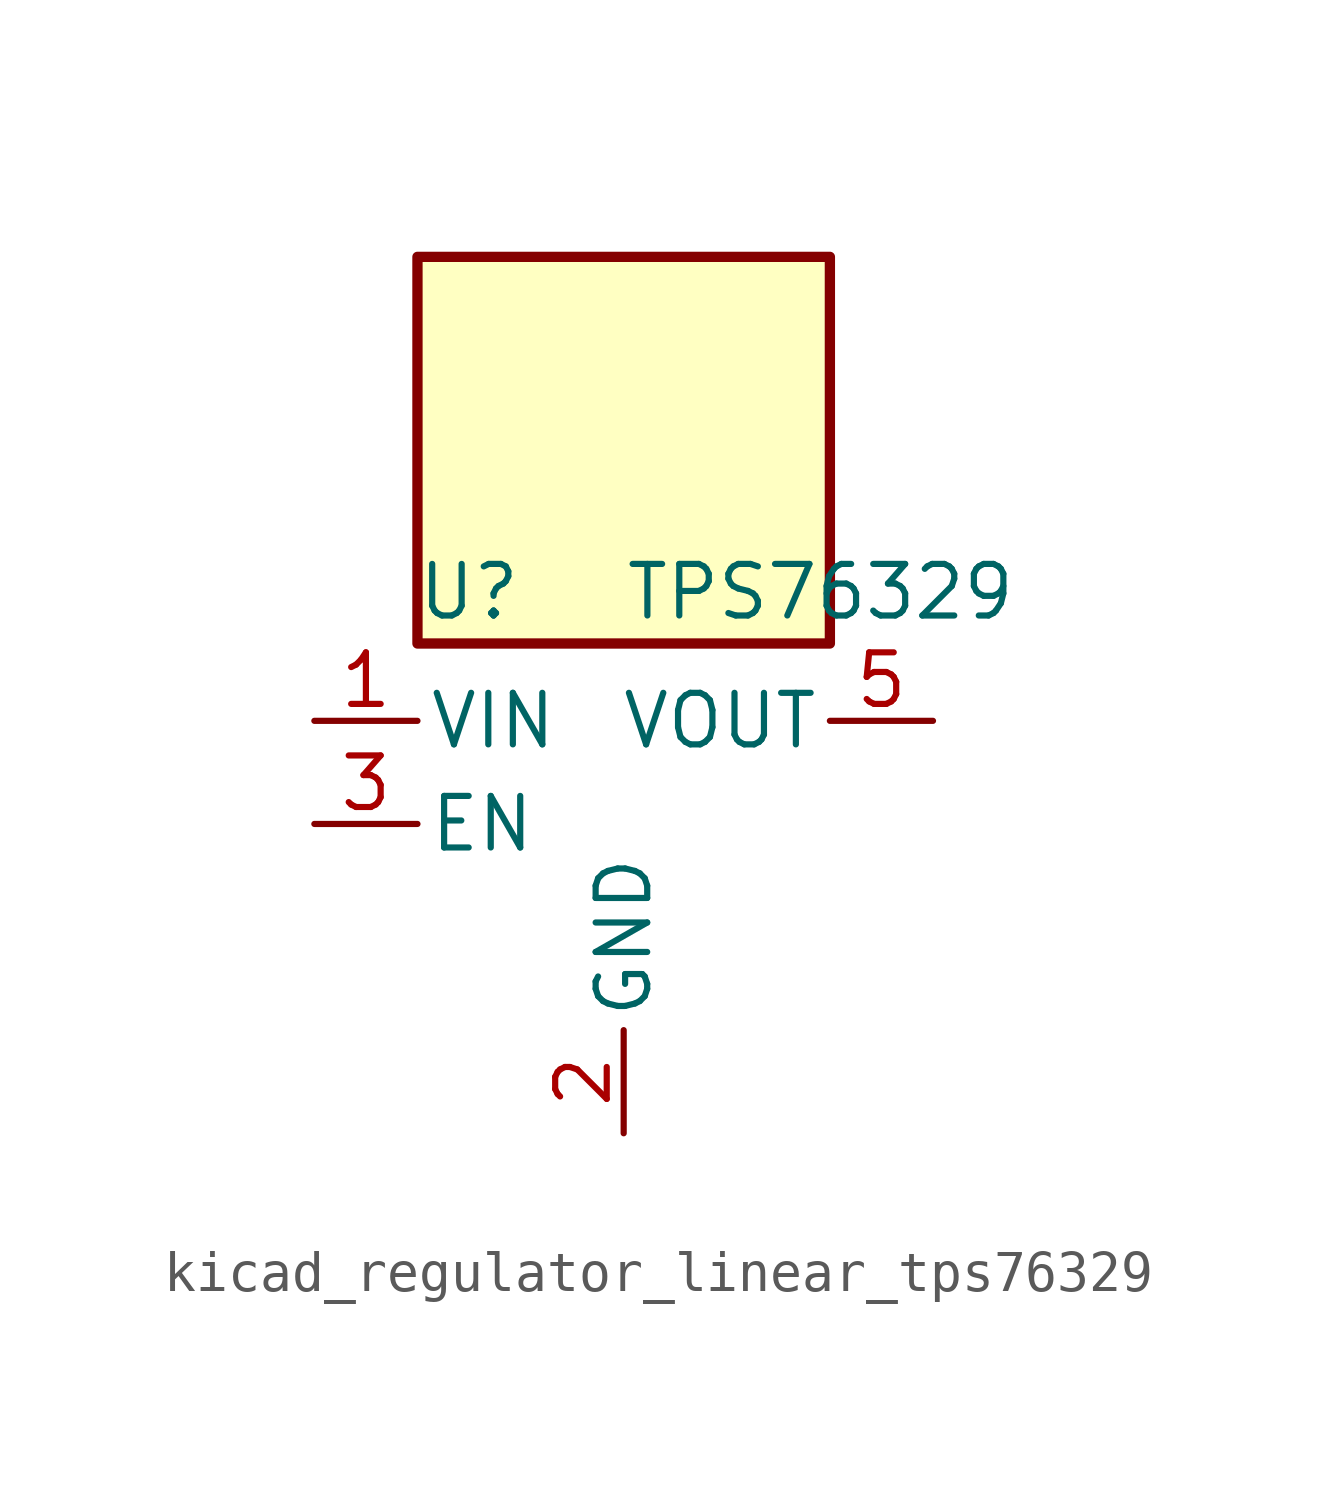
<source format=kicad_sym>
(kicad_symbol_lib
  (version 20220914)
  (generator kicad_symbol_editor)
  (symbol "kicad_regulator_linear_tps76329"
    (pin_names
      (offset 0.254))
    (property "Reference" "U"
      (at -3.81 5.715 0)
      (effects (font (size 1.27 1.27))))
    (property "Value" "TPS76329"
      (at 0 5.715 0)
      (effects (font (size 1.27 1.27)) (justify left)))
    (symbol "kicad_regulator_linear_tps76329_0_1"
      (rectangle (start 5.08 13.97) (end -5.08 4.445) (stroke (width 0.254) (type default)) (fill (type background))))
    (symbol "kicad_regulator_linear_tps76329_1_1"
      (pin power_in line (at -7.62 2.54 0) (length 2.54) (name "VIN" (effects (font (size 1.27 1.27)))) (number "1" (effects (font (size 1.27 1.27)))))
      (pin power_in line (at 0 -7.62 90) (length 2.54) (name "GND" (effects (font (size 1.27 1.27)))) (number "2" (effects (font (size 1.27 1.27)))))
      (pin input line (at -7.62 0 0) (length 2.54) (name "EN" (effects (font (size 1.27 1.27)))) (number "3" (effects (font (size 1.27 1.27)))))
      (pin no_connect line (at 5.08 0 180) (length 2.54) hide (name "NC" (effects (font (size 1.27 1.27)))) (number "4" (effects (font (size 1.27 1.27)))))
      (pin power_out line (at 7.62 2.54 180) (length 2.54) (name "VOUT" (effects (font (size 1.27 1.27)))) (number "5" (effects (font (size 1.27 1.27))))))))
</source>
